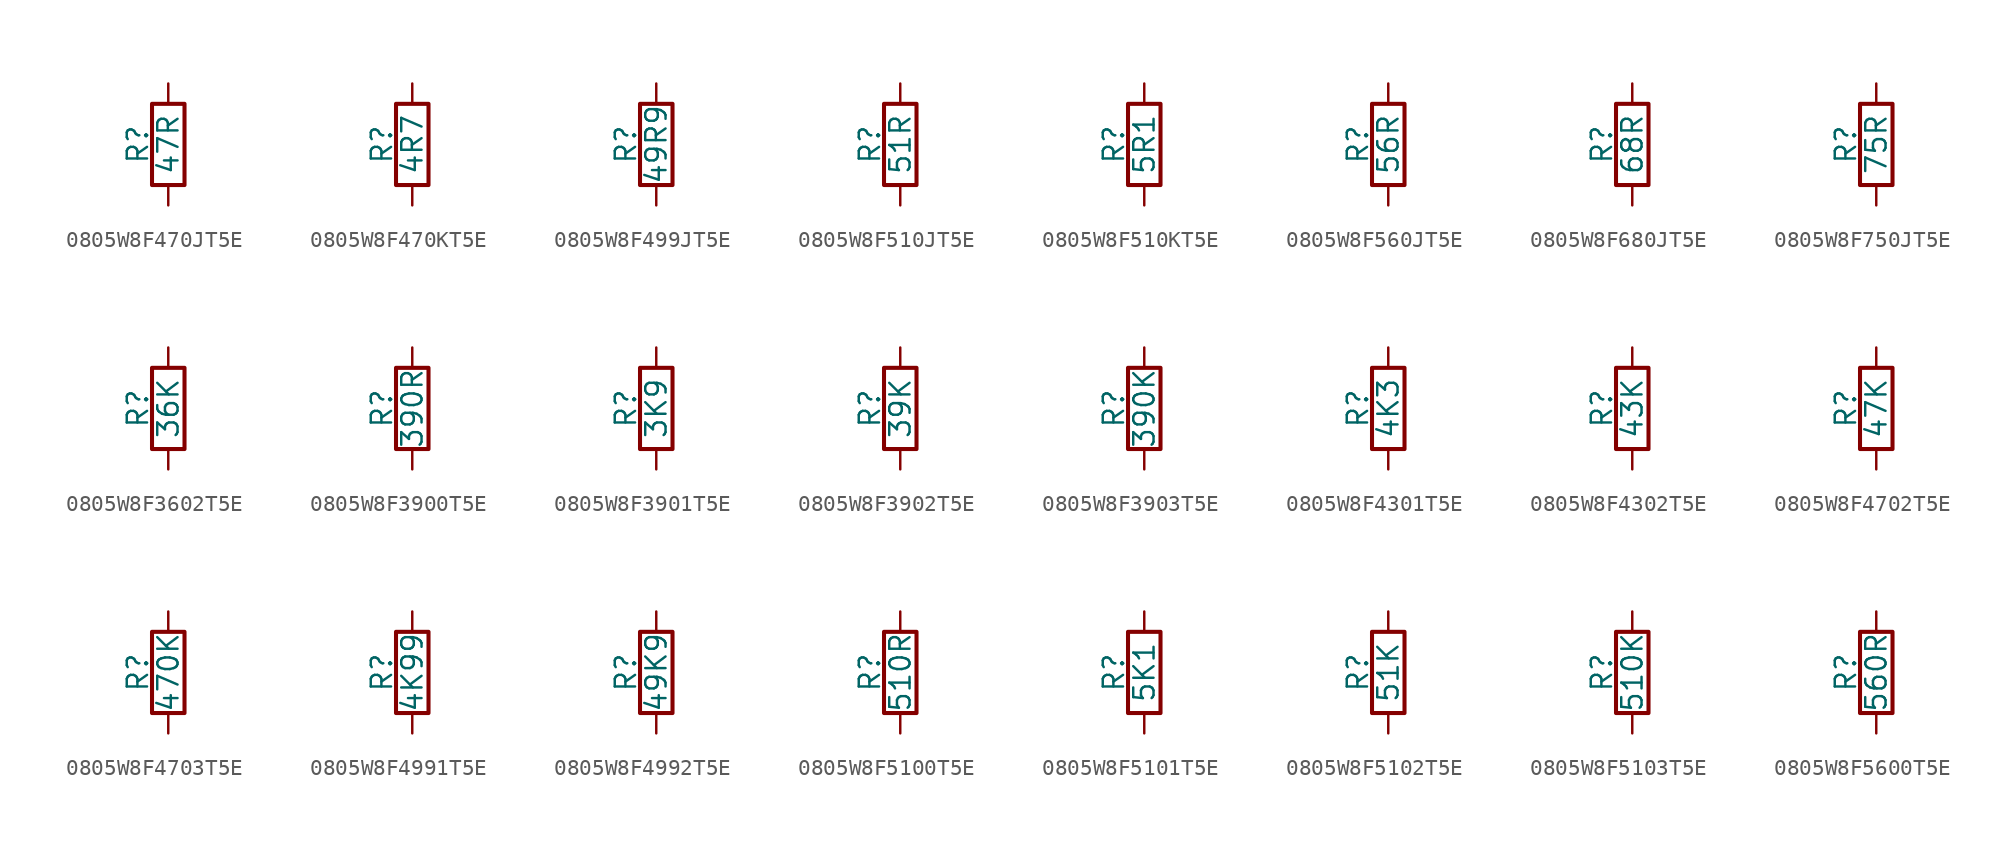
<source format=kicad_sym>
(kicad_symbol_lib
  (version 20211014)
  (generator conandllu_kicad_symbol_generator_20230404_23:29:43)
  (symbol "0805W8F470JT5E"
    (pin_numbers hide)
    (pin_names
      (offset 0))
    (property "Reference" "R"
      (at -1.905 0 90)
      (effects (font (size 1.27 1.27))))
    (property "Value" "47R"
      (at 0 0 90)
      (effects (font (size 1.27 1.27))))
    (symbol "0805W8F470JT5E_0_1"
      (rectangle (start -1.016 -2.54) (end 1.016 2.54) (stroke (width 0.254) (type default) (color 0 0 0 0)) (fill (type none))))
    (symbol "0805W8F470JT5E_1_1"
      (pin passive line (at 0 3.81 270) (length 1.27) (name "~" (effects (font (size 1.27 1.27)))) (number "1" (effects (font (size 1.27 1.27)))))
      (pin passive line (at 0 -3.81 90) (length 1.27) (name "~" (effects (font (size 1.27 1.27)))) (number "2" (effects (font (size 1.27 1.27)))))))
  (symbol "0805W8F470KT5E"
    (pin_numbers hide)
    (pin_names
      (offset 0))
    (property "Reference" "R"
      (at -1.905 0 90)
      (effects (font (size 1.27 1.27))))
    (property "Value" "4R7"
      (at 0 0 90)
      (effects (font (size 1.27 1.27))))
    (symbol "0805W8F470KT5E_0_1"
      (rectangle (start -1.016 -2.54) (end 1.016 2.54) (stroke (width 0.254) (type default) (color 0 0 0 0)) (fill (type none))))
    (symbol "0805W8F470KT5E_1_1"
      (pin passive line (at 0 3.81 270) (length 1.27) (name "~" (effects (font (size 1.27 1.27)))) (number "1" (effects (font (size 1.27 1.27)))))
      (pin passive line (at 0 -3.81 90) (length 1.27) (name "~" (effects (font (size 1.27 1.27)))) (number "2" (effects (font (size 1.27 1.27)))))))
  (symbol "0805W8F499JT5E"
    (pin_numbers hide)
    (pin_names
      (offset 0))
    (property "Reference" "R"
      (at -1.905 0 90)
      (effects (font (size 1.27 1.27))))
    (property "Value" "49R9"
      (at 0 0 90)
      (effects (font (size 1.27 1.27))))
    (symbol "0805W8F499JT5E_0_1"
      (rectangle (start -1.016 -2.54) (end 1.016 2.54) (stroke (width 0.254) (type default) (color 0 0 0 0)) (fill (type none))))
    (symbol "0805W8F499JT5E_1_1"
      (pin passive line (at 0 3.81 270) (length 1.27) (name "~" (effects (font (size 1.27 1.27)))) (number "1" (effects (font (size 1.27 1.27)))))
      (pin passive line (at 0 -3.81 90) (length 1.27) (name "~" (effects (font (size 1.27 1.27)))) (number "2" (effects (font (size 1.27 1.27)))))))
  (symbol "0805W8F510JT5E"
    (pin_numbers hide)
    (pin_names
      (offset 0))
    (property "Reference" "R"
      (at -1.905 0 90)
      (effects (font (size 1.27 1.27))))
    (property "Value" "51R"
      (at 0 0 90)
      (effects (font (size 1.27 1.27))))
    (symbol "0805W8F510JT5E_0_1"
      (rectangle (start -1.016 -2.54) (end 1.016 2.54) (stroke (width 0.254) (type default) (color 0 0 0 0)) (fill (type none))))
    (symbol "0805W8F510JT5E_1_1"
      (pin passive line (at 0 3.81 270) (length 1.27) (name "~" (effects (font (size 1.27 1.27)))) (number "1" (effects (font (size 1.27 1.27)))))
      (pin passive line (at 0 -3.81 90) (length 1.27) (name "~" (effects (font (size 1.27 1.27)))) (number "2" (effects (font (size 1.27 1.27)))))))
  (symbol "0805W8F510KT5E"
    (pin_numbers hide)
    (pin_names
      (offset 0))
    (property "Reference" "R"
      (at -1.905 0 90)
      (effects (font (size 1.27 1.27))))
    (property "Value" "5R1"
      (at 0 0 90)
      (effects (font (size 1.27 1.27))))
    (symbol "0805W8F510KT5E_0_1"
      (rectangle (start -1.016 -2.54) (end 1.016 2.54) (stroke (width 0.254) (type default) (color 0 0 0 0)) (fill (type none))))
    (symbol "0805W8F510KT5E_1_1"
      (pin passive line (at 0 3.81 270) (length 1.27) (name "~" (effects (font (size 1.27 1.27)))) (number "1" (effects (font (size 1.27 1.27)))))
      (pin passive line (at 0 -3.81 90) (length 1.27) (name "~" (effects (font (size 1.27 1.27)))) (number "2" (effects (font (size 1.27 1.27)))))))
  (symbol "0805W8F560JT5E"
    (pin_numbers hide)
    (pin_names
      (offset 0))
    (property "Reference" "R"
      (at -1.905 0 90)
      (effects (font (size 1.27 1.27))))
    (property "Value" "56R"
      (at 0 0 90)
      (effects (font (size 1.27 1.27))))
    (symbol "0805W8F560JT5E_0_1"
      (rectangle (start -1.016 -2.54) (end 1.016 2.54) (stroke (width 0.254) (type default) (color 0 0 0 0)) (fill (type none))))
    (symbol "0805W8F560JT5E_1_1"
      (pin passive line (at 0 3.81 270) (length 1.27) (name "~" (effects (font (size 1.27 1.27)))) (number "1" (effects (font (size 1.27 1.27)))))
      (pin passive line (at 0 -3.81 90) (length 1.27) (name "~" (effects (font (size 1.27 1.27)))) (number "2" (effects (font (size 1.27 1.27)))))))
  (symbol "0805W8F680JT5E"
    (pin_numbers hide)
    (pin_names
      (offset 0))
    (property "Reference" "R"
      (at -1.905 0 90)
      (effects (font (size 1.27 1.27))))
    (property "Value" "68R"
      (at 0 0 90)
      (effects (font (size 1.27 1.27))))
    (symbol "0805W8F680JT5E_0_1"
      (rectangle (start -1.016 -2.54) (end 1.016 2.54) (stroke (width 0.254) (type default) (color 0 0 0 0)) (fill (type none))))
    (symbol "0805W8F680JT5E_1_1"
      (pin passive line (at 0 3.81 270) (length 1.27) (name "~" (effects (font (size 1.27 1.27)))) (number "1" (effects (font (size 1.27 1.27)))))
      (pin passive line (at 0 -3.81 90) (length 1.27) (name "~" (effects (font (size 1.27 1.27)))) (number "2" (effects (font (size 1.27 1.27)))))))
  (symbol "0805W8F750JT5E"
    (pin_numbers hide)
    (pin_names
      (offset 0))
    (property "Reference" "R"
      (at -1.905 0 90)
      (effects (font (size 1.27 1.27))))
    (property "Value" "75R"
      (at 0 0 90)
      (effects (font (size 1.27 1.27))))
    (symbol "0805W8F750JT5E_0_1"
      (rectangle (start -1.016 -2.54) (end 1.016 2.54) (stroke (width 0.254) (type default) (color 0 0 0 0)) (fill (type none))))
    (symbol "0805W8F750JT5E_1_1"
      (pin passive line (at 0 3.81 270) (length 1.27) (name "~" (effects (font (size 1.27 1.27)))) (number "1" (effects (font (size 1.27 1.27)))))
      (pin passive line (at 0 -3.81 90) (length 1.27) (name "~" (effects (font (size 1.27 1.27)))) (number "2" (effects (font (size 1.27 1.27)))))))
  (symbol "0805W8F3602T5E"
    (pin_numbers hide)
    (pin_names
      (offset 0))
    (property "Reference" "R"
      (at -1.905 0 90)
      (effects (font (size 1.27 1.27))))
    (property "Value" "36K"
      (at 0 0 90)
      (effects (font (size 1.27 1.27))))
    (symbol "0805W8F3602T5E_0_1"
      (rectangle (start -1.016 -2.54) (end 1.016 2.54) (stroke (width 0.254) (type default) (color 0 0 0 0)) (fill (type none))))
    (symbol "0805W8F3602T5E_1_1"
      (pin passive line (at 0 3.81 270) (length 1.27) (name "~" (effects (font (size 1.27 1.27)))) (number "1" (effects (font (size 1.27 1.27)))))
      (pin passive line (at 0 -3.81 90) (length 1.27) (name "~" (effects (font (size 1.27 1.27)))) (number "2" (effects (font (size 1.27 1.27)))))))
  (symbol "0805W8F3900T5E"
    (pin_numbers hide)
    (pin_names
      (offset 0))
    (property "Reference" "R"
      (at -1.905 0 90)
      (effects (font (size 1.27 1.27))))
    (property "Value" "390R"
      (at 0 0 90)
      (effects (font (size 1.27 1.27))))
    (symbol "0805W8F3900T5E_0_1"
      (rectangle (start -1.016 -2.54) (end 1.016 2.54) (stroke (width 0.254) (type default) (color 0 0 0 0)) (fill (type none))))
    (symbol "0805W8F3900T5E_1_1"
      (pin passive line (at 0 3.81 270) (length 1.27) (name "~" (effects (font (size 1.27 1.27)))) (number "1" (effects (font (size 1.27 1.27)))))
      (pin passive line (at 0 -3.81 90) (length 1.27) (name "~" (effects (font (size 1.27 1.27)))) (number "2" (effects (font (size 1.27 1.27)))))))
  (symbol "0805W8F3901T5E"
    (pin_numbers hide)
    (pin_names
      (offset 0))
    (property "Reference" "R"
      (at -1.905 0 90)
      (effects (font (size 1.27 1.27))))
    (property "Value" "3K9"
      (at 0 0 90)
      (effects (font (size 1.27 1.27))))
    (symbol "0805W8F3901T5E_0_1"
      (rectangle (start -1.016 -2.54) (end 1.016 2.54) (stroke (width 0.254) (type default) (color 0 0 0 0)) (fill (type none))))
    (symbol "0805W8F3901T5E_1_1"
      (pin passive line (at 0 3.81 270) (length 1.27) (name "~" (effects (font (size 1.27 1.27)))) (number "1" (effects (font (size 1.27 1.27)))))
      (pin passive line (at 0 -3.81 90) (length 1.27) (name "~" (effects (font (size 1.27 1.27)))) (number "2" (effects (font (size 1.27 1.27)))))))
  (symbol "0805W8F3902T5E"
    (pin_numbers hide)
    (pin_names
      (offset 0))
    (property "Reference" "R"
      (at -1.905 0 90)
      (effects (font (size 1.27 1.27))))
    (property "Value" "39K"
      (at 0 0 90)
      (effects (font (size 1.27 1.27))))
    (symbol "0805W8F3902T5E_0_1"
      (rectangle (start -1.016 -2.54) (end 1.016 2.54) (stroke (width 0.254) (type default) (color 0 0 0 0)) (fill (type none))))
    (symbol "0805W8F3902T5E_1_1"
      (pin passive line (at 0 3.81 270) (length 1.27) (name "~" (effects (font (size 1.27 1.27)))) (number "1" (effects (font (size 1.27 1.27)))))
      (pin passive line (at 0 -3.81 90) (length 1.27) (name "~" (effects (font (size 1.27 1.27)))) (number "2" (effects (font (size 1.27 1.27)))))))
  (symbol "0805W8F3903T5E"
    (pin_numbers hide)
    (pin_names
      (offset 0))
    (property "Reference" "R"
      (at -1.905 0 90)
      (effects (font (size 1.27 1.27))))
    (property "Value" "390K"
      (at 0 0 90)
      (effects (font (size 1.27 1.27))))
    (symbol "0805W8F3903T5E_0_1"
      (rectangle (start -1.016 -2.54) (end 1.016 2.54) (stroke (width 0.254) (type default) (color 0 0 0 0)) (fill (type none))))
    (symbol "0805W8F3903T5E_1_1"
      (pin passive line (at 0 3.81 270) (length 1.27) (name "~" (effects (font (size 1.27 1.27)))) (number "1" (effects (font (size 1.27 1.27)))))
      (pin passive line (at 0 -3.81 90) (length 1.27) (name "~" (effects (font (size 1.27 1.27)))) (number "2" (effects (font (size 1.27 1.27)))))))
  (symbol "0805W8F4301T5E"
    (pin_numbers hide)
    (pin_names
      (offset 0))
    (property "Reference" "R"
      (at -1.905 0 90)
      (effects (font (size 1.27 1.27))))
    (property "Value" "4K3"
      (at 0 0 90)
      (effects (font (size 1.27 1.27))))
    (symbol "0805W8F4301T5E_0_1"
      (rectangle (start -1.016 -2.54) (end 1.016 2.54) (stroke (width 0.254) (type default) (color 0 0 0 0)) (fill (type none))))
    (symbol "0805W8F4301T5E_1_1"
      (pin passive line (at 0 3.81 270) (length 1.27) (name "~" (effects (font (size 1.27 1.27)))) (number "1" (effects (font (size 1.27 1.27)))))
      (pin passive line (at 0 -3.81 90) (length 1.27) (name "~" (effects (font (size 1.27 1.27)))) (number "2" (effects (font (size 1.27 1.27)))))))
  (symbol "0805W8F4302T5E"
    (pin_numbers hide)
    (pin_names
      (offset 0))
    (property "Reference" "R"
      (at -1.905 0 90)
      (effects (font (size 1.27 1.27))))
    (property "Value" "43K"
      (at 0 0 90)
      (effects (font (size 1.27 1.27))))
    (symbol "0805W8F4302T5E_0_1"
      (rectangle (start -1.016 -2.54) (end 1.016 2.54) (stroke (width 0.254) (type default) (color 0 0 0 0)) (fill (type none))))
    (symbol "0805W8F4302T5E_1_1"
      (pin passive line (at 0 3.81 270) (length 1.27) (name "~" (effects (font (size 1.27 1.27)))) (number "1" (effects (font (size 1.27 1.27)))))
      (pin passive line (at 0 -3.81 90) (length 1.27) (name "~" (effects (font (size 1.27 1.27)))) (number "2" (effects (font (size 1.27 1.27)))))))
  (symbol "0805W8F4702T5E"
    (pin_numbers hide)
    (pin_names
      (offset 0))
    (property "Reference" "R"
      (at -1.905 0 90)
      (effects (font (size 1.27 1.27))))
    (property "Value" "47K"
      (at 0 0 90)
      (effects (font (size 1.27 1.27))))
    (symbol "0805W8F4702T5E_0_1"
      (rectangle (start -1.016 -2.54) (end 1.016 2.54) (stroke (width 0.254) (type default) (color 0 0 0 0)) (fill (type none))))
    (symbol "0805W8F4702T5E_1_1"
      (pin passive line (at 0 3.81 270) (length 1.27) (name "~" (effects (font (size 1.27 1.27)))) (number "1" (effects (font (size 1.27 1.27)))))
      (pin passive line (at 0 -3.81 90) (length 1.27) (name "~" (effects (font (size 1.27 1.27)))) (number "2" (effects (font (size 1.27 1.27)))))))
  (symbol "0805W8F4703T5E"
    (pin_numbers hide)
    (pin_names
      (offset 0))
    (property "Reference" "R"
      (at -1.905 0 90)
      (effects (font (size 1.27 1.27))))
    (property "Value" "470K"
      (at 0 0 90)
      (effects (font (size 1.27 1.27))))
    (symbol "0805W8F4703T5E_0_1"
      (rectangle (start -1.016 -2.54) (end 1.016 2.54) (stroke (width 0.254) (type default) (color 0 0 0 0)) (fill (type none))))
    (symbol "0805W8F4703T5E_1_1"
      (pin passive line (at 0 3.81 270) (length 1.27) (name "~" (effects (font (size 1.27 1.27)))) (number "1" (effects (font (size 1.27 1.27)))))
      (pin passive line (at 0 -3.81 90) (length 1.27) (name "~" (effects (font (size 1.27 1.27)))) (number "2" (effects (font (size 1.27 1.27)))))))
  (symbol "0805W8F4991T5E"
    (pin_numbers hide)
    (pin_names
      (offset 0))
    (property "Reference" "R"
      (at -1.905 0 90)
      (effects (font (size 1.27 1.27))))
    (property "Value" "4K99"
      (at 0 0 90)
      (effects (font (size 1.27 1.27))))
    (symbol "0805W8F4991T5E_0_1"
      (rectangle (start -1.016 -2.54) (end 1.016 2.54) (stroke (width 0.254) (type default) (color 0 0 0 0)) (fill (type none))))
    (symbol "0805W8F4991T5E_1_1"
      (pin passive line (at 0 3.81 270) (length 1.27) (name "~" (effects (font (size 1.27 1.27)))) (number "1" (effects (font (size 1.27 1.27)))))
      (pin passive line (at 0 -3.81 90) (length 1.27) (name "~" (effects (font (size 1.27 1.27)))) (number "2" (effects (font (size 1.27 1.27)))))))
  (symbol "0805W8F4992T5E"
    (pin_numbers hide)
    (pin_names
      (offset 0))
    (property "Reference" "R"
      (at -1.905 0 90)
      (effects (font (size 1.27 1.27))))
    (property "Value" "49K9"
      (at 0 0 90)
      (effects (font (size 1.27 1.27))))
    (symbol "0805W8F4992T5E_0_1"
      (rectangle (start -1.016 -2.54) (end 1.016 2.54) (stroke (width 0.254) (type default) (color 0 0 0 0)) (fill (type none))))
    (symbol "0805W8F4992T5E_1_1"
      (pin passive line (at 0 3.81 270) (length 1.27) (name "~" (effects (font (size 1.27 1.27)))) (number "1" (effects (font (size 1.27 1.27)))))
      (pin passive line (at 0 -3.81 90) (length 1.27) (name "~" (effects (font (size 1.27 1.27)))) (number "2" (effects (font (size 1.27 1.27)))))))
  (symbol "0805W8F5100T5E"
    (pin_numbers hide)
    (pin_names
      (offset 0))
    (property "Reference" "R"
      (at -1.905 0 90)
      (effects (font (size 1.27 1.27))))
    (property "Value" "510R"
      (at 0 0 90)
      (effects (font (size 1.27 1.27))))
    (symbol "0805W8F5100T5E_0_1"
      (rectangle (start -1.016 -2.54) (end 1.016 2.54) (stroke (width 0.254) (type default) (color 0 0 0 0)) (fill (type none))))
    (symbol "0805W8F5100T5E_1_1"
      (pin passive line (at 0 3.81 270) (length 1.27) (name "~" (effects (font (size 1.27 1.27)))) (number "1" (effects (font (size 1.27 1.27)))))
      (pin passive line (at 0 -3.81 90) (length 1.27) (name "~" (effects (font (size 1.27 1.27)))) (number "2" (effects (font (size 1.27 1.27)))))))
  (symbol "0805W8F5101T5E"
    (pin_numbers hide)
    (pin_names
      (offset 0))
    (property "Reference" "R"
      (at -1.905 0 90)
      (effects (font (size 1.27 1.27))))
    (property "Value" "5K1"
      (at 0 0 90)
      (effects (font (size 1.27 1.27))))
    (symbol "0805W8F5101T5E_0_1"
      (rectangle (start -1.016 -2.54) (end 1.016 2.54) (stroke (width 0.254) (type default) (color 0 0 0 0)) (fill (type none))))
    (symbol "0805W8F5101T5E_1_1"
      (pin passive line (at 0 3.81 270) (length 1.27) (name "~" (effects (font (size 1.27 1.27)))) (number "1" (effects (font (size 1.27 1.27)))))
      (pin passive line (at 0 -3.81 90) (length 1.27) (name "~" (effects (font (size 1.27 1.27)))) (number "2" (effects (font (size 1.27 1.27)))))))
  (symbol "0805W8F5102T5E"
    (pin_numbers hide)
    (pin_names
      (offset 0))
    (property "Reference" "R"
      (at -1.905 0 90)
      (effects (font (size 1.27 1.27))))
    (property "Value" "51K"
      (at 0 0 90)
      (effects (font (size 1.27 1.27))))
    (symbol "0805W8F5102T5E_0_1"
      (rectangle (start -1.016 -2.54) (end 1.016 2.54) (stroke (width 0.254) (type default) (color 0 0 0 0)) (fill (type none))))
    (symbol "0805W8F5102T5E_1_1"
      (pin passive line (at 0 3.81 270) (length 1.27) (name "~" (effects (font (size 1.27 1.27)))) (number "1" (effects (font (size 1.27 1.27)))))
      (pin passive line (at 0 -3.81 90) (length 1.27) (name "~" (effects (font (size 1.27 1.27)))) (number "2" (effects (font (size 1.27 1.27)))))))
  (symbol "0805W8F5103T5E"
    (pin_numbers hide)
    (pin_names
      (offset 0))
    (property "Reference" "R"
      (at -1.905 0 90)
      (effects (font (size 1.27 1.27))))
    (property "Value" "510K"
      (at 0 0 90)
      (effects (font (size 1.27 1.27))))
    (symbol "0805W8F5103T5E_0_1"
      (rectangle (start -1.016 -2.54) (end 1.016 2.54) (stroke (width 0.254) (type default) (color 0 0 0 0)) (fill (type none))))
    (symbol "0805W8F5103T5E_1_1"
      (pin passive line (at 0 3.81 270) (length 1.27) (name "~" (effects (font (size 1.27 1.27)))) (number "1" (effects (font (size 1.27 1.27)))))
      (pin passive line (at 0 -3.81 90) (length 1.27) (name "~" (effects (font (size 1.27 1.27)))) (number "2" (effects (font (size 1.27 1.27)))))))
  (symbol "0805W8F5600T5E"
    (pin_numbers hide)
    (pin_names
      (offset 0))
    (property "Reference" "R"
      (at -1.905 0 90)
      (effects (font (size 1.27 1.27))))
    (property "Value" "560R"
      (at 0 0 90)
      (effects (font (size 1.27 1.27))))
    (symbol "0805W8F5600T5E_0_1"
      (rectangle (start -1.016 -2.54) (end 1.016 2.54) (stroke (width 0.254) (type default) (color 0 0 0 0)) (fill (type none))))
    (symbol "0805W8F5600T5E_1_1"
      (pin passive line (at 0 3.81 270) (length 1.27) (name "~" (effects (font (size 1.27 1.27)))) (number "1" (effects (font (size 1.27 1.27)))))
      (pin passive line (at 0 -3.81 90) (length 1.27) (name "~" (effects (font (size 1.27 1.27)))) (number "2" (effects (font (size 1.27 1.27))))))))
</source>
